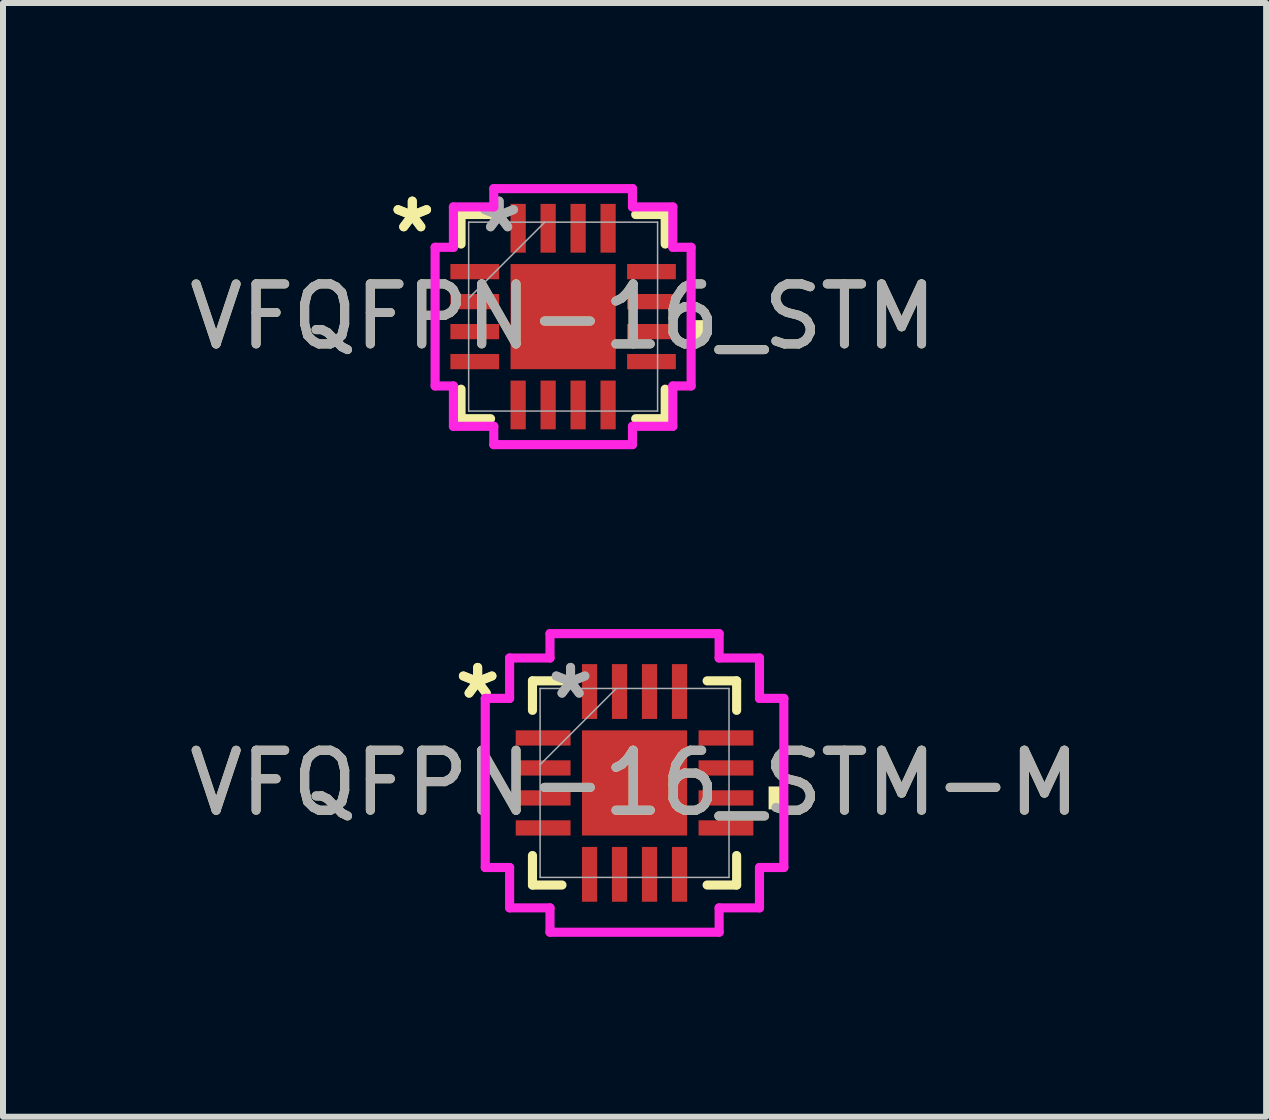
<source format=kicad_pcb>
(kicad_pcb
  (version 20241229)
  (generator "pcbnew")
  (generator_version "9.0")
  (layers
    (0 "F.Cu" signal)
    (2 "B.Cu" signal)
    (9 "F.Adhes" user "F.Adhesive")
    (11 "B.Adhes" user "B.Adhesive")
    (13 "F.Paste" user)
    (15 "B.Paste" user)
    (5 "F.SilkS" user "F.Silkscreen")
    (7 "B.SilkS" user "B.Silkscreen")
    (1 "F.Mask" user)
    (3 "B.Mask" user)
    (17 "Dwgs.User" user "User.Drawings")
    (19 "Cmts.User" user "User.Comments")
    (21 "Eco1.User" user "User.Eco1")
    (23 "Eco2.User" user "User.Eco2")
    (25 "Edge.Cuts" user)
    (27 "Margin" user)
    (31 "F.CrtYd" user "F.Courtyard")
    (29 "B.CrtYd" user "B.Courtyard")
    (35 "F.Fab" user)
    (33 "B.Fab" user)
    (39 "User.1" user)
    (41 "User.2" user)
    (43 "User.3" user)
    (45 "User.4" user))
  (footprint "VFQFPN-16_STM-M"
    (layer "F.Cu")
    (at 7.53 10.004)
    (property "Reference" "VFQFPN-16_STM-M" (at 0 0 0) (unlocked yes) (layer "F.SilkS") (effects (font (size 1 1) (thickness 0.15))))
    (attr smd)
    (fp_line (start -1.702 -1.702) (end -1.702 -1.21) (stroke (width 0.152) (type solid)) (layer "F.SilkS"))
    (fp_line (start -1.702 1.21) (end -1.702 1.702) (stroke (width 0.152) (type solid)) (layer "F.SilkS"))
    (fp_line (start -1.702 1.702) (end -1.21 1.702) (stroke (width 0.152) (type solid)) (layer "F.SilkS"))
    (fp_line (start -1.21 -1.702) (end -1.702 -1.702) (stroke (width 0.152) (type solid)) (layer "F.SilkS"))
    (fp_line (start 1.21 1.702) (end 1.702 1.702) (stroke (width 0.152) (type solid)) (layer "F.SilkS"))
    (fp_line (start 1.702 -1.702) (end 1.21 -1.702) (stroke (width 0.152) (type solid)) (layer "F.SilkS"))
    (fp_line (start 1.702 -1.21) (end 1.702 -1.702) (stroke (width 0.152) (type solid)) (layer "F.SilkS"))
    (fp_line (start 1.702 1.702) (end 1.702 1.21) (stroke (width 0.152) (type solid)) (layer "F.SilkS"))
    (fp_poly (pts (xy 2.489 0.059) (xy 2.489 0.441) (xy 2.235 0.441) (xy 2.235 0.059)) (stroke (width 0) (type solid)) (fill yes) (layer "F.SilkS"))
    (fp_line (start -2.489 -1.41) (end -2.083 -1.41) (stroke (width 0.152) (type solid)) (layer "F.CrtYd"))
    (fp_line (start -2.489 1.41) (end -2.489 -1.41) (stroke (width 0.152) (type solid)) (layer "F.CrtYd"))
    (fp_line (start -2.083 -2.083) (end -1.41 -2.083) (stroke (width 0.152) (type solid)) (layer "F.CrtYd"))
    (fp_line (start -2.083 -1.41) (end -2.083 -2.083) (stroke (width 0.152) (type solid)) (layer "F.CrtYd"))
    (fp_line (start -2.083 1.41) (end -2.489 1.41) (stroke (width 0.152) (type solid)) (layer "F.CrtYd"))
    (fp_line (start -2.083 2.083) (end -2.083 1.41) (stroke (width 0.152) (type solid)) (layer "F.CrtYd"))
    (fp_line (start -2.083 2.083) (end -1.41 2.083) (stroke (width 0.152) (type solid)) (layer "F.CrtYd"))
    (fp_line (start -1.41 -2.489) (end 1.41 -2.489) (stroke (width 0.152) (type solid)) (layer "F.CrtYd"))
    (fp_line (start -1.41 -2.083) (end -1.41 -2.489) (stroke (width 0.152) (type solid)) (layer "F.CrtYd"))
    (fp_line (start -1.41 2.083) (end -1.41 2.489) (stroke (width 0.152) (type solid)) (layer "F.CrtYd"))
    (fp_line (start -1.41 2.489) (end 1.41 2.489) (stroke (width 0.152) (type solid)) (layer "F.CrtYd"))
    (fp_line (start 1.41 -2.489) (end 1.41 -2.083) (stroke (width 0.152) (type solid)) (layer "F.CrtYd"))
    (fp_line (start 1.41 -2.083) (end 2.083 -2.083) (stroke (width 0.152) (type solid)) (layer "F.CrtYd"))
    (fp_line (start 1.41 2.083) (end 2.083 2.083) (stroke (width 0.152) (type solid)) (layer "F.CrtYd"))
    (fp_line (start 1.41 2.489) (end 1.41 2.083) (stroke (width 0.152) (type solid)) (layer "F.CrtYd"))
    (fp_line (start 2.083 -1.41) (end 2.083 -2.083) (stroke (width 0.152) (type solid)) (layer "F.CrtYd"))
    (fp_line (start 2.083 1.41) (end 2.489 1.41) (stroke (width 0.152) (type solid)) (layer "F.CrtYd"))
    (fp_line (start 2.083 2.083) (end 2.083 1.41) (stroke (width 0.152) (type solid)) (layer "F.CrtYd"))
    (fp_line (start 2.489 -1.41) (end 2.083 -1.41) (stroke (width 0.152) (type solid)) (layer "F.CrtYd"))
    (fp_line (start 2.489 1.41) (end 2.489 -1.41) (stroke (width 0.152) (type solid)) (layer "F.CrtYd"))
    (fp_line (start -1.575 -1.575) (end -1.575 1.575) (stroke (width 0.025) (type solid)) (layer "F.Fab"))
    (fp_line (start -1.575 -0.305) (end -0.305 -1.575) (stroke (width 0.025) (type solid)) (layer "F.Fab"))
    (fp_line (start -1.575 1.575) (end 1.575 1.575) (stroke (width 0.025) (type solid)) (layer "F.Fab"))
    (fp_line (start 1.575 -1.575) (end -1.575 -1.575) (stroke (width 0.025) (type solid)) (layer "F.Fab"))
    (fp_line (start 1.575 1.575) (end 1.575 -1.575) (stroke (width 0.025) (type solid)) (layer "F.Fab"))
    (fp_text user "*" (at -2.616 -1.381 0) (layer "F.SilkS") (effects (font (size 1 1) (thickness 0.15))))
    (fp_text user "*" (at -2.616 -1.381 0) (unlocked yes) (layer "F.SilkS") (effects (font (size 1 1) (thickness 0.15))))
    (fp_text user "*" (at -1.067 -1.381 0) (layer "F.Fab") (effects (font (size 1 1) (thickness 0.15))))
    (fp_text user "*" (at -1.067 -1.381 0) (unlocked yes) (layer "F.Fab") (effects (font (size 1 1) (thickness 0.15))))
    (fp_text user "${REFERENCE}" (at 0 0 0) (unlocked yes) (layer "F.Fab") (effects (font (size 1 1) (thickness 0.15))))
    (pad "1" smd rect (at -1.524 -0.75 90) (size 0.254 0.914) (layers "F.Cu" "F.Mask" "F.Paste"))
    (pad "2" smd rect (at -1.524 -0.25 90) (size 0.254 0.914) (layers "F.Cu" "F.Mask" "F.Paste"))
    (pad "3" smd rect (at -1.524 0.25 90) (size 0.254 0.914) (layers "F.Cu" "F.Mask" "F.Paste"))
    (pad "4" smd rect (at -1.524 0.75 90) (size 0.254 0.914) (layers "F.Cu" "F.Mask" "F.Paste"))
    (pad "5" smd rect (at -0.75 1.524) (size 0.254 0.914) (layers "F.Cu" "F.Mask" "F.Paste"))
    (pad "6" smd rect (at -0.25 1.524) (size 0.254 0.914) (layers "F.Cu" "F.Mask" "F.Paste"))
    (pad "7" smd rect (at 0.25 1.524) (size 0.254 0.914) (layers "F.Cu" "F.Mask" "F.Paste"))
    (pad "8" smd rect (at 0.75 1.524) (size 0.254 0.914) (layers "F.Cu" "F.Mask" "F.Paste"))
    (pad "9" smd rect (at 1.524 0.75 90) (size 0.254 0.914) (layers "F.Cu" "F.Mask" "F.Paste"))
    (pad "10" smd rect (at 1.524 0.25 90) (size 0.254 0.914) (layers "F.Cu" "F.Mask" "F.Paste"))
    (pad "11" smd rect (at 1.524 -0.25 90) (size 0.254 0.914) (layers "F.Cu" "F.Mask" "F.Paste"))
    (pad "12" smd rect (at 1.524 -0.75 90) (size 0.254 0.914) (layers "F.Cu" "F.Mask" "F.Paste"))
    (pad "13" smd rect (at 0.75 -1.524) (size 0.254 0.914) (layers "F.Cu" "F.Mask" "F.Paste"))
    (pad "14" smd rect (at 0.25 -1.524) (size 0.254 0.914) (layers "F.Cu" "F.Mask" "F.Paste"))
    (pad "15" smd rect (at -0.25 -1.524) (size 0.254 0.914) (layers "F.Cu" "F.Mask" "F.Paste"))
    (pad "16" smd rect (at -0.75 -1.524) (size 0.254 0.914) (layers "F.Cu" "F.Mask" "F.Paste"))
    (pad "17" smd rect (at 0 0) (size 1.753 1.753) (layers "F.Cu" "F.Mask" "F.Paste")))
  (footprint "VFQFPN-16_STM"
    (layer "F.Cu")
    (at 6.339 2.229)
    (property "Reference" "VFQFPN-16_STM" (at 0 0 0) (unlocked yes) (layer "F.SilkS") (effects (font (size 1 1) (thickness 0.15))))
    (attr smd)
    (fp_line (start -1.702 -1.702) (end -1.702 -1.21) (stroke (width 0.152) (type solid)) (layer "F.SilkS"))
    (fp_line (start -1.702 1.21) (end -1.702 1.702) (stroke (width 0.152) (type solid)) (layer "F.SilkS"))
    (fp_line (start -1.702 1.702) (end -1.21 1.702) (stroke (width 0.152) (type solid)) (layer "F.SilkS"))
    (fp_line (start -1.21 -1.702) (end -1.702 -1.702) (stroke (width 0.152) (type solid)) (layer "F.SilkS"))
    (fp_line (start 1.21 1.702) (end 1.702 1.702) (stroke (width 0.152) (type solid)) (layer "F.SilkS"))
    (fp_line (start 1.702 -1.702) (end 1.21 -1.702) (stroke (width 0.152) (type solid)) (layer "F.SilkS"))
    (fp_line (start 1.702 -1.21) (end 1.702 -1.702) (stroke (width 0.152) (type solid)) (layer "F.SilkS"))
    (fp_line (start 1.702 1.702) (end 1.702 1.21) (stroke (width 0.152) (type solid)) (layer "F.SilkS"))
    (fp_poly (pts (xy 2.388 0.059) (xy 2.388 0.441) (xy 2.134 0.441) (xy 2.134 0.059)) (stroke (width 0) (type solid)) (fill yes) (layer "F.SilkS"))
    (fp_line (start -2.134 -1.156) (end -1.829 -1.156) (stroke (width 0.152) (type solid)) (layer "F.CrtYd"))
    (fp_line (start -2.134 1.156) (end -2.134 -1.156) (stroke (width 0.152) (type solid)) (layer "F.CrtYd"))
    (fp_line (start -1.829 -1.829) (end -1.156 -1.829) (stroke (width 0.152) (type solid)) (layer "F.CrtYd"))
    (fp_line (start -1.829 -1.156) (end -1.829 -1.829) (stroke (width 0.152) (type solid)) (layer "F.CrtYd"))
    (fp_line (start -1.829 1.156) (end -2.134 1.156) (stroke (width 0.152) (type solid)) (layer "F.CrtYd"))
    (fp_line (start -1.829 1.829) (end -1.829 1.156) (stroke (width 0.152) (type solid)) (layer "F.CrtYd"))
    (fp_line (start -1.829 1.829) (end -1.156 1.829) (stroke (width 0.152) (type solid)) (layer "F.CrtYd"))
    (fp_line (start -1.156 -2.134) (end 1.156 -2.134) (stroke (width 0.152) (type solid)) (layer "F.CrtYd"))
    (fp_line (start -1.156 -1.829) (end -1.156 -2.134) (stroke (width 0.152) (type solid)) (layer "F.CrtYd"))
    (fp_line (start -1.156 1.829) (end -1.156 2.134) (stroke (width 0.152) (type solid)) (layer "F.CrtYd"))
    (fp_line (start -1.156 2.134) (end 1.156 2.134) (stroke (width 0.152) (type solid)) (layer "F.CrtYd"))
    (fp_line (start 1.156 -2.134) (end 1.156 -1.829) (stroke (width 0.152) (type solid)) (layer "F.CrtYd"))
    (fp_line (start 1.156 -1.829) (end 1.829 -1.829) (stroke (width 0.152) (type solid)) (layer "F.CrtYd"))
    (fp_line (start 1.156 1.829) (end 1.829 1.829) (stroke (width 0.152) (type solid)) (layer "F.CrtYd"))
    (fp_line (start 1.156 2.134) (end 1.156 1.829) (stroke (width 0.152) (type solid)) (layer "F.CrtYd"))
    (fp_line (start 1.829 -1.156) (end 1.829 -1.829) (stroke (width 0.152) (type solid)) (layer "F.CrtYd"))
    (fp_line (start 1.829 1.156) (end 2.134 1.156) (stroke (width 0.152) (type solid)) (layer "F.CrtYd"))
    (fp_line (start 1.829 1.829) (end 1.829 1.156) (stroke (width 0.152) (type solid)) (layer "F.CrtYd"))
    (fp_line (start 2.134 -1.156) (end 1.829 -1.156) (stroke (width 0.152) (type solid)) (layer "F.CrtYd"))
    (fp_line (start 2.134 1.156) (end 2.134 -1.156) (stroke (width 0.152) (type solid)) (layer "F.CrtYd"))
    (fp_line (start -1.575 -1.575) (end -1.575 1.575) (stroke (width 0.025) (type solid)) (layer "F.Fab"))
    (fp_line (start -1.575 -0.305) (end -0.305 -1.575) (stroke (width 0.025) (type solid)) (layer "F.Fab"))
    (fp_line (start -1.575 1.575) (end 1.575 1.575) (stroke (width 0.025) (type solid)) (layer "F.Fab"))
    (fp_line (start 1.575 -1.575) (end -1.575 -1.575) (stroke (width 0.025) (type solid)) (layer "F.Fab"))
    (fp_line (start 1.575 1.575) (end 1.575 -1.575) (stroke (width 0.025) (type solid)) (layer "F.Fab"))
    (fp_text user "*" (at -2.515 -1.381 0) (layer "F.SilkS") (effects (font (size 1 1) (thickness 0.15))))
    (fp_text user "*" (at -2.515 -1.381 0) (unlocked yes) (layer "F.SilkS") (effects (font (size 1 1) (thickness 0.15))))
    (fp_text user "*" (at -1.067 -1.381 0) (unlocked yes) (layer "F.Fab") (effects (font (size 1 1) (thickness 0.15))))
    (fp_text user "*" (at -1.067 -1.381 0) (layer "F.Fab") (effects (font (size 1 1) (thickness 0.15))))
    (fp_text user "${REFERENCE}" (at 0 0 0) (unlocked yes) (layer "F.Fab") (effects (font (size 1 1) (thickness 0.15))))
    (pad "1" smd rect (at -1.473 -0.75 90) (size 0.254 0.813) (layers "F.Cu" "F.Mask" "F.Paste"))
    (pad "2" smd rect (at -1.473 -0.25 90) (size 0.254 0.813) (layers "F.Cu" "F.Mask" "F.Paste"))
    (pad "3" smd rect (at -1.473 0.25 90) (size 0.254 0.813) (layers "F.Cu" "F.Mask" "F.Paste"))
    (pad "4" smd rect (at -1.473 0.75 90) (size 0.254 0.813) (layers "F.Cu" "F.Mask" "F.Paste"))
    (pad "5" smd rect (at -0.75 1.473) (size 0.254 0.813) (layers "F.Cu" "F.Mask" "F.Paste"))
    (pad "6" smd rect (at -0.25 1.473) (size 0.254 0.813) (layers "F.Cu" "F.Mask" "F.Paste"))
    (pad "7" smd rect (at 0.25 1.473) (size 0.254 0.813) (layers "F.Cu" "F.Mask" "F.Paste"))
    (pad "8" smd rect (at 0.75 1.473) (size 0.254 0.813) (layers "F.Cu" "F.Mask" "F.Paste"))
    (pad "9" smd rect (at 1.473 0.75 90) (size 0.254 0.813) (layers "F.Cu" "F.Mask" "F.Paste"))
    (pad "10" smd rect (at 1.473 0.25 90) (size 0.254 0.813) (layers "F.Cu" "F.Mask" "F.Paste"))
    (pad "11" smd rect (at 1.473 -0.25 90) (size 0.254 0.813) (layers "F.Cu" "F.Mask" "F.Paste"))
    (pad "12" smd rect (at 1.473 -0.75 90) (size 0.254 0.813) (layers "F.Cu" "F.Mask" "F.Paste"))
    (pad "13" smd rect (at 0.75 -1.473) (size 0.254 0.813) (layers "F.Cu" "F.Mask" "F.Paste"))
    (pad "14" smd rect (at 0.25 -1.473) (size 0.254 0.813) (layers "F.Cu" "F.Mask" "F.Paste"))
    (pad "15" smd rect (at -0.25 -1.473) (size 0.254 0.813) (layers "F.Cu" "F.Mask" "F.Paste"))
    (pad "16" smd rect (at -0.75 -1.473) (size 0.254 0.813) (layers "F.Cu" "F.Mask" "F.Paste"))
    (pad "17" smd rect (at 0 0) (size 1.753 1.753) (layers "F.Cu" "F.Mask" "F.Paste")))
  (gr_rect
    (start -3 -3)
    (end 18.06 15.57)
    (stroke (width 0.1) (type default))
    (fill no)
    (layer "Edge.Cuts")))
</source>
